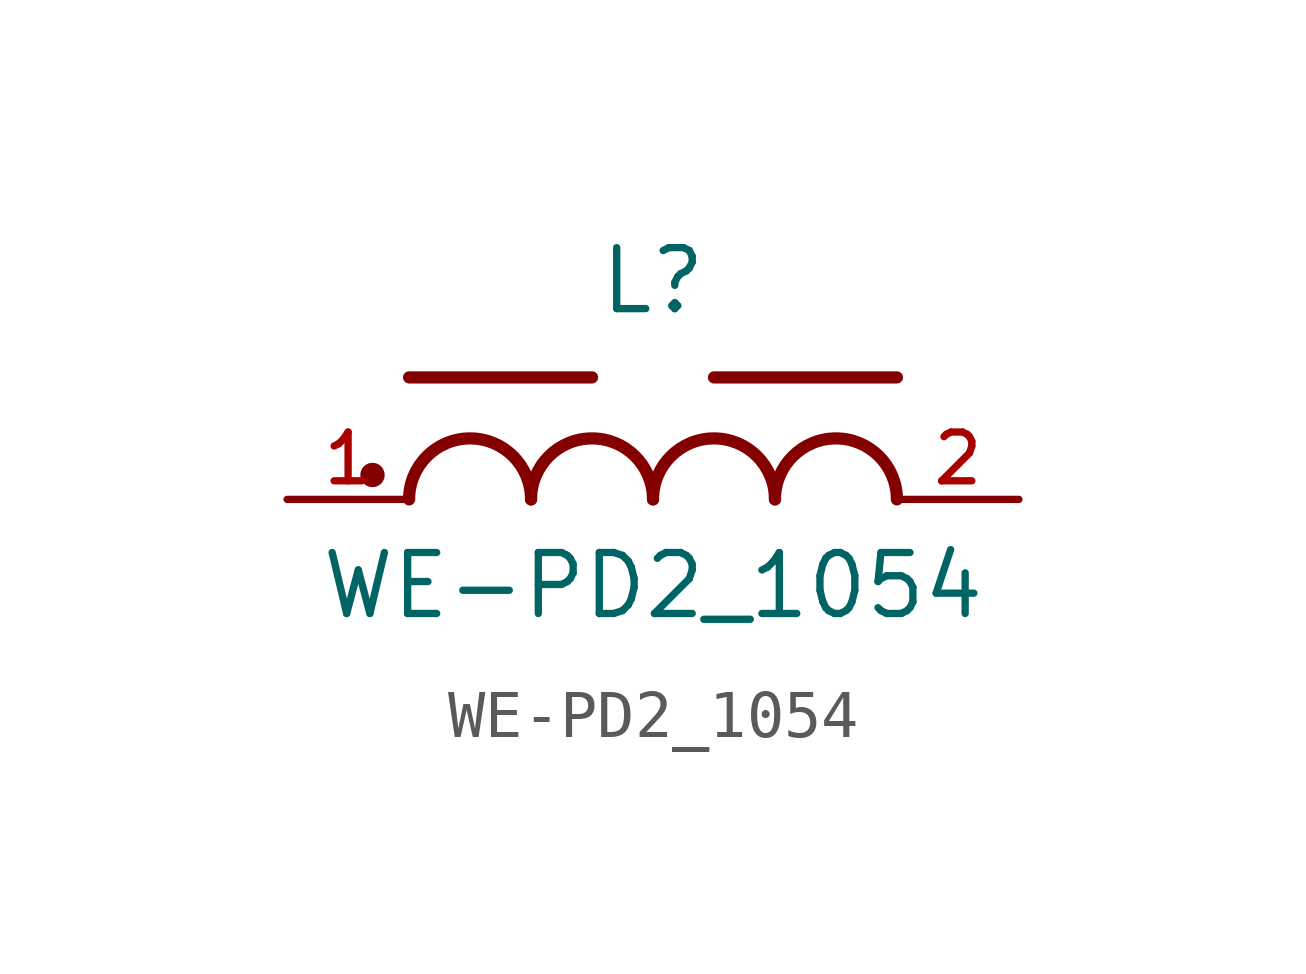
<source format=kicad_sym>
(kicad_symbol_lib
  (version 20211014)
  (generator kicad_symbol_editor)
  (symbol "WE-PD2_1054"
    (pin_names
      (offset 1.016))
    (property "Reference" "L"
      (at 0.0 3.81 0)
      (effects (font (size 1.27 1.27)) (justify bottom)))
    (property "Value" "WE-PD2_1054"
      (at 0.0 -2.54 0)
      (effects (font (size 1.27 1.27)) (justify bottom)))
    (symbol "WE-PD2_1054_0_0"
      (arc (start -2.54 0.0) (mid -3.81 1.27) (end -5.08 0.0) (stroke (width 0.254) (type default) (color 0 0 0 0)) (fill (type none)))
      (arc (start 0.0 0.0) (mid -1.27 1.27) (end -2.54 0.0) (stroke (width 0.254) (type default) (color 0 0 0 0)) (fill (type none)))
      (arc (start 2.54 0.0) (mid 1.27 1.27) (end 0.0 0.0) (stroke (width 0.254) (type default) (color 0 0 0 0)) (fill (type none)))
      (arc (start 5.08 0.0) (mid 3.81 1.27) (end 2.54 0.0) (stroke (width 0.254) (type default) (color 0 0 0 0)) (fill (type none)))
      (polyline (pts (xy -1.27 2.54) (xy -5.08 2.54)) (stroke (width 0.254)))
      (polyline (pts (xy 5.08 2.54) (xy 1.27 2.54)) (stroke (width 0.254)))
      (circle (center -5.842 0.508) (radius 0.127) (stroke (width 0.254)) (fill (type none)))
      (pin passive line (at -7.62 0.0 0) (length 2.54) (name "~" (effects (font (size 1.016 1.016)))) (number "1" (effects (font (size 1.016 1.016)))))
      (pin passive line (at 7.62 0.0 180.0) (length 2.54) (name "~" (effects (font (size 1.016 1.016)))) (number "2" (effects (font (size 1.016 1.016))))))))
</source>
